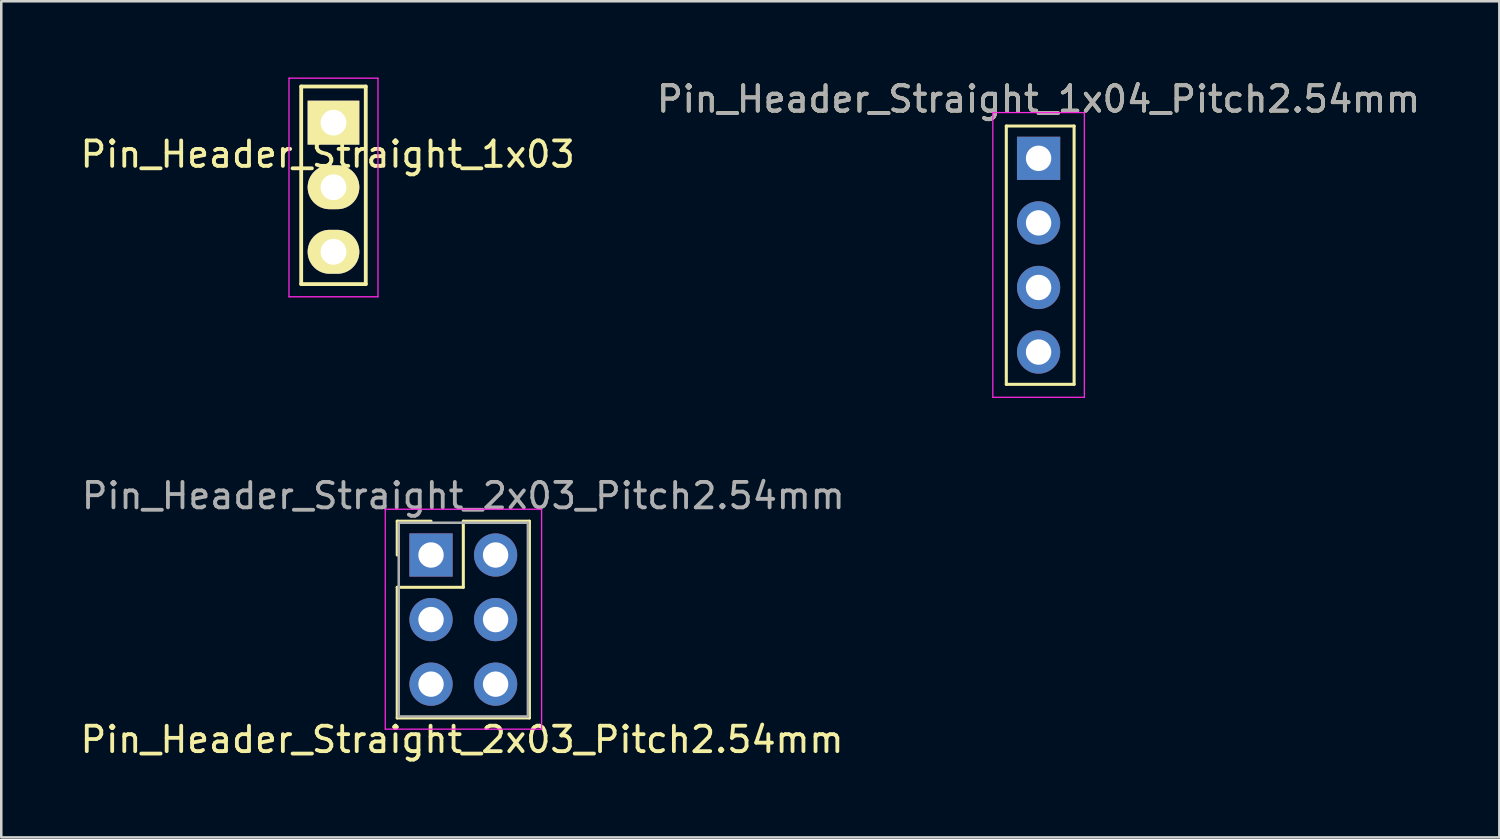
<source format=kicad_pcb>
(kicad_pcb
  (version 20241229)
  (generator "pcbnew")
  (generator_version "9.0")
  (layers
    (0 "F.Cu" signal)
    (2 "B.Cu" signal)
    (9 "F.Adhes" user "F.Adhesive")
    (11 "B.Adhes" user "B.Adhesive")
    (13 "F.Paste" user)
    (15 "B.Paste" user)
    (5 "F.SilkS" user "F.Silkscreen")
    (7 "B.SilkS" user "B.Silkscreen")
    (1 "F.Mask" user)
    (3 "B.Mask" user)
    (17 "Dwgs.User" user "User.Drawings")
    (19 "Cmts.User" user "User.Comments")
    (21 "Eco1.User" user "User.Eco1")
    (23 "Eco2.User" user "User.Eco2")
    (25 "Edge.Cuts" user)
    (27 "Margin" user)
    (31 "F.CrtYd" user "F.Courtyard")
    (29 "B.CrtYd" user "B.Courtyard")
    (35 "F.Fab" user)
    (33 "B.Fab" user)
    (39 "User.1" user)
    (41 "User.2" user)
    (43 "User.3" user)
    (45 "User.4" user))
  (footprint "Pin_Header_Straight_2x03_Pitch2.54mm"
    (layer "F.Cu")
    (at 15.175 21.322)
    (property "Reference" "Pin_Header_Straight_2x03_Pitch2.54mm" (at -0.05 4.72 0) (layer "F.SilkS") (effects (font (size 1 1) (thickness 0.15))))
    (attr through_hole)
    (fp_line (start -2.6 -3.87) (end -1.27 -3.87) (stroke (width 0.12) (type solid)) (layer "F.SilkS"))
    (fp_line (start -2.6 -2.54) (end -2.6 -3.87) (stroke (width 0.12) (type solid)) (layer "F.SilkS"))
    (fp_line (start -2.6 -1.27) (end -2.6 3.87) (stroke (width 0.12) (type solid)) (layer "F.SilkS"))
    (fp_line (start -2.6 3.87) (end 2.6 3.87) (stroke (width 0.12) (type solid)) (layer "F.SilkS"))
    (fp_line (start 0 -3.87) (end 0 -1.27) (stroke (width 0.12) (type solid)) (layer "F.SilkS"))
    (fp_line (start 0 -1.27) (end -2.6 -1.27) (stroke (width 0.12) (type solid)) (layer "F.SilkS"))
    (fp_line (start 2.6 -3.87) (end 0 -3.87) (stroke (width 0.12) (type solid)) (layer "F.SilkS"))
    (fp_line (start 2.6 3.87) (end 2.6 -3.87) (stroke (width 0.12) (type solid)) (layer "F.SilkS"))
    (fp_line (start -3.07 -4.34) (end -3.07 4.31) (stroke (width 0.05) (type solid)) (layer "F.CrtYd"))
    (fp_line (start -3.07 4.31) (end 3.08 4.31) (stroke (width 0.05) (type solid)) (layer "F.CrtYd"))
    (fp_line (start 3.08 -4.34) (end -3.07 -4.34) (stroke (width 0.05) (type solid)) (layer "F.CrtYd"))
    (fp_line (start 3.08 4.31) (end 3.08 -4.34) (stroke (width 0.05) (type solid)) (layer "F.CrtYd"))
    (fp_line (start -2.54 -3.81) (end -2.54 3.81) (stroke (width 0.1) (type solid)) (layer "F.Fab"))
    (fp_line (start -2.54 3.81) (end 2.54 3.81) (stroke (width 0.1) (type solid)) (layer "F.Fab"))
    (fp_line (start 2.54 -3.81) (end -2.54 -3.81) (stroke (width 0.1) (type solid)) (layer "F.Fab"))
    (fp_line (start 2.54 3.81) (end 2.54 -3.81) (stroke (width 0.1) (type solid)) (layer "F.Fab"))
    (fp_text user "${REFERENCE}" (at 0 -4.87 0) (layer "F.Fab") (effects (font (size 1 1) (thickness 0.15))))
    (pad "1" thru_hole rect (at -1.27 -2.54) (size 1.7 1.7) (drill 1) (layers "*.Cu" "*.Mask"))
    (pad "2" thru_hole oval (at 1.27 -2.54) (size 1.7 1.7) (drill 1) (layers "*.Cu" "*.Mask"))
    (pad "3" thru_hole oval (at -1.27 0) (size 1.7 1.7) (drill 1) (layers "*.Cu" "*.Mask"))
    (pad "4" thru_hole oval (at 1.27 0) (size 1.7 1.7) (drill 1) (layers "*.Cu" "*.Mask"))
    (pad "5" thru_hole oval (at -1.27 2.54) (size 1.7 1.7) (drill 1) (layers "*.Cu" "*.Mask"))
    (pad "6" thru_hole oval (at 1.27 2.54) (size 1.7 1.7) (drill 1) (layers "*.Cu" "*.Mask")))
  (footprint "Pin_Header_Straight_1x03"
    (layer "F.Cu")
    (at 10.068 1.775)
    (property "Reference" "Pin_Header_Straight_1x03" (at -0.229 1.245 0) (layer "F.SilkS") (effects (font (size 1 1) (thickness 0.15))))
    (attr through_hole)
    (fp_line (start -1.27 -1.422) (end -1.27 6.35) (stroke (width 0.15) (type solid)) (layer "F.SilkS"))
    (fp_line (start -1.27 6.35) (end 1.27 6.35) (stroke (width 0.15) (type solid)) (layer "F.SilkS"))
    (fp_line (start 1.27 -1.422) (end -1.27 -1.422) (stroke (width 0.15) (type solid)) (layer "F.SilkS"))
    (fp_line (start 1.27 6.35) (end 1.27 -1.422) (stroke (width 0.15) (type solid)) (layer "F.SilkS"))
    (fp_line (start -1.75 -1.75) (end -1.75 6.85) (stroke (width 0.05) (type solid)) (layer "F.CrtYd"))
    (fp_line (start -1.75 -1.75) (end 1.75 -1.75) (stroke (width 0.05) (type solid)) (layer "F.CrtYd"))
    (fp_line (start -1.75 6.85) (end 1.75 6.85) (stroke (width 0.05) (type solid)) (layer "F.CrtYd"))
    (fp_line (start 1.75 -1.75) (end 1.75 6.85) (stroke (width 0.05) (type solid)) (layer "F.CrtYd"))
    (pad "1" thru_hole rect (at 0 0) (size 2.032 1.727) (drill 1.016) (layers "*.Cu" "*.Mask" "F.SilkS"))
    (pad "2" thru_hole oval (at 0 2.54) (size 2.032 1.727) (drill 1.016) (layers "*.Cu" "*.Mask" "F.SilkS"))
    (pad "3" thru_hole oval (at 0 5.08) (size 2.032 1.727) (drill 1.016) (layers "*.Cu" "*.Mask" "F.SilkS")))
  (footprint "Pin_Header_Straight_1x04_Pitch2.54mm"
    (layer "F.Cu")
    (at 37.804 3.178)
    (property "Reference" "Pin_Header_Straight_1x04_Pitch2.54mm" (at 0 -2.33 0) (layer "F.SilkS") (effects (font (size 1 1) (thickness 0.15))))
    (attr through_hole)
    (fp_line (start -1.27 -1.27) (end -1.27 8.89) (stroke (width 0.12) (type solid)) (layer "F.SilkS"))
    (fp_line (start -1.27 8.89) (end 1.397 8.89) (stroke (width 0.12) (type solid)) (layer "F.SilkS"))
    (fp_line (start 1.397 -1.27) (end -1.27 -1.27) (stroke (width 0.12) (type solid)) (layer "F.SilkS"))
    (fp_line (start 1.397 8.89) (end 1.397 -1.27) (stroke (width 0.12) (type solid)) (layer "F.SilkS"))
    (fp_line (start -1.8 -1.8) (end -1.8 9.4) (stroke (width 0.05) (type solid)) (layer "F.CrtYd"))
    (fp_line (start -1.8 9.4) (end 1.8 9.4) (stroke (width 0.05) (type solid)) (layer "F.CrtYd"))
    (fp_line (start 1.8 -1.8) (end -1.8 -1.8) (stroke (width 0.05) (type solid)) (layer "F.CrtYd"))
    (fp_line (start 1.8 9.4) (end 1.8 -1.8) (stroke (width 0.05) (type solid)) (layer "F.CrtYd"))
    (fp_text user "${REFERENCE}" (at 0 -2.33 0) (layer "F.Fab") (effects (font (size 1 1) (thickness 0.15))))
    (pad "1" thru_hole rect (at 0 0) (size 1.7 1.7) (drill 1) (layers "*.Cu" "*.Mask"))
    (pad "2" thru_hole oval (at 0 2.54) (size 1.7 1.7) (drill 1) (layers "*.Cu" "*.Mask"))
    (pad "3" thru_hole oval (at 0 5.08) (size 1.7 1.7) (drill 1) (layers "*.Cu" "*.Mask"))
    (pad "4" thru_hole oval (at 0 7.62) (size 1.7 1.7) (drill 1) (layers "*.Cu" "*.Mask")))
  (gr_rect
    (start -3 -3)
    (end 55.929 29.89)
    (stroke (width 0.1) (type default))
    (fill no)
    (layer "Edge.Cuts")))
</source>
